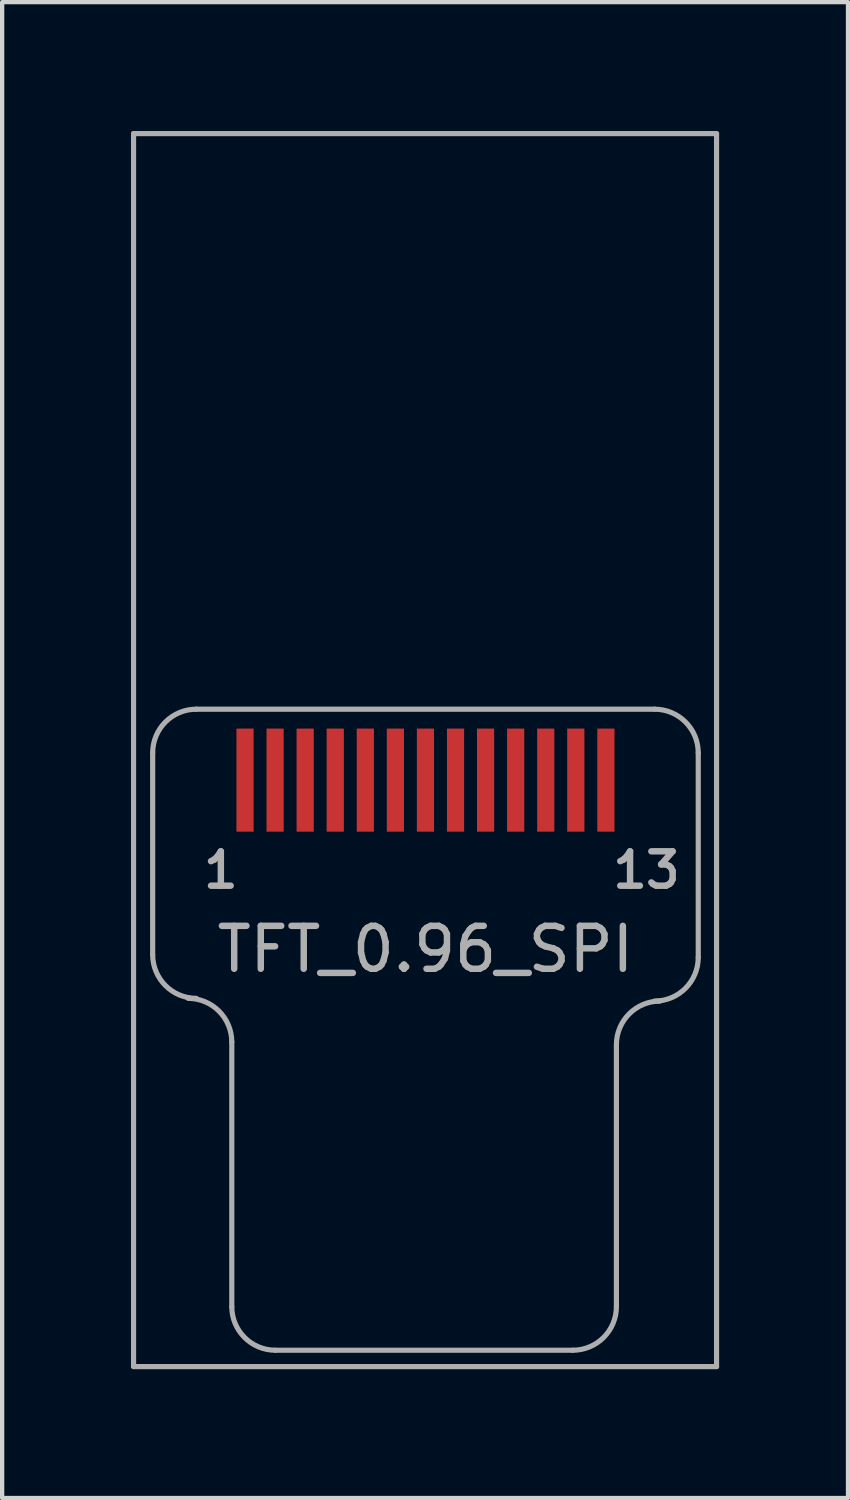
<source format=kicad_pcb>
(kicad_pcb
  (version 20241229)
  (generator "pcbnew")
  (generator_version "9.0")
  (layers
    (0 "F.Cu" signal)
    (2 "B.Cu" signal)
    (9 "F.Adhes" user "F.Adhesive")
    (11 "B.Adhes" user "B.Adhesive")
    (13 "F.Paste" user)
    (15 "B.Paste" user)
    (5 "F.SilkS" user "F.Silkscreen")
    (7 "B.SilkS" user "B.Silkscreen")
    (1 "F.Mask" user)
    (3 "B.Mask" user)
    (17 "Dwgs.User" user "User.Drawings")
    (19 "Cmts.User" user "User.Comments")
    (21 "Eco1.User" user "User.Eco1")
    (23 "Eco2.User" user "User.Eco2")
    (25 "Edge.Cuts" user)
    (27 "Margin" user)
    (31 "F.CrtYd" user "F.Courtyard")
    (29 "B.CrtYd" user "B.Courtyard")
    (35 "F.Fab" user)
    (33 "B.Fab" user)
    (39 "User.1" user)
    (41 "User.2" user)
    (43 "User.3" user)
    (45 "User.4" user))
  (footprint "TFT_0.96_SPI"
    (layer "F.Cu")
    (at 6.854 15.11)
    (property "Reference" "TFT_0.96_SPI" (at 0 3.937 0) (layer "F.Fab") (effects (font (size 1 1) (thickness 0.15))))
    (attr through_hole)
    (fp_line (start -6.795 -15.05) (end -6.795 13.65) (stroke (width 0.12) (type solid)) (layer "F.Fab"))
    (fp_line (start -6.795 -15.05) (end 6.776 -15.05) (stroke (width 0.12) (type solid)) (layer "F.Fab"))
    (fp_line (start -6.35 -0.635) (end -6.35 4.064) (stroke (width 0.12) (type solid)) (layer "F.Fab"))
    (fp_line (start -4.508 6.096) (end -4.508 12.255) (stroke (width 0.12) (type solid)) (layer "F.Fab"))
    (fp_line (start -3.493 13.271) (end 3.429 13.271) (stroke (width 0.12) (type solid)) (layer "F.Fab"))
    (fp_line (start 4.445 12.255) (end 4.445 6.16) (stroke (width 0.12) (type solid)) (layer "F.Fab"))
    (fp_line (start 5.334 -1.651) (end -5.334 -1.651) (stroke (width 0.12) (type solid)) (layer "F.Fab"))
    (fp_line (start 6.35 4.128) (end 6.35 -0.635) (stroke (width 0.12) (type solid)) (layer "F.Fab"))
    (fp_line (start 6.776 13.652) (end -6.795 13.652) (stroke (width 0.12) (type solid)) (layer "F.Fab"))
    (fp_line (start 6.776 13.652) (end 6.776 -15.047) (stroke (width 0.12) (type solid)) (layer "F.Fab"))
    (fp_arc (start -6.35 -0.635) (mid -6.05242 -1.35342) (end -5.334 -1.651) (stroke (width 0.12) (type solid)) (layer "F.Fab"))
    (fp_arc (start -5.5245 5.08) (mid -4.80608 5.37758) (end -4.5085 6.096) (stroke (width 0.12) (type solid)) (layer "F.Fab"))
    (fp_arc (start -5.334 5.08) (mid -6.05242 4.78242) (end -6.35 4.064) (stroke (width 0.12) (type solid)) (layer "F.Fab"))
    (fp_arc (start -3.4925 13.2715) (mid -4.21092 12.97392) (end -4.5085 12.2555) (stroke (width 0.12) (type solid)) (layer "F.Fab"))
    (fp_arc (start 4.445 6.1595) (mid 4.74258 5.44108) (end 5.461 5.1435) (stroke (width 0.12) (type solid)) (layer "F.Fab"))
    (fp_arc (start 4.445 12.2555) (mid 4.14742 12.97392) (end 3.429 13.2715) (stroke (width 0.12) (type solid)) (layer "F.Fab"))
    (fp_arc (start 5.334 -1.651) (mid 6.05242 -1.35342) (end 6.35 -0.635) (stroke (width 0.12) (type solid)) (layer "F.Fab"))
    (fp_arc (start 6.35 4.1275) (mid 6.05242 4.84592) (end 5.334 5.1435) (stroke (width 0.12) (type solid)) (layer "F.Fab"))
    (fp_text user "1" (at -4.763 2.095 0) (layer "F.Fab") (effects (font (size 0.8 0.8) (thickness 0.15))))
    (fp_text user "13" (at 5.144 2.095 0) (layer "F.Fab") (effects (font (size 0.8 0.8) (thickness 0.15))))
    (pad "1" smd rect (at -4.2 0) (size 0.4 2.4) (layers "F.Cu" "F.Mask" "F.Paste"))
    (pad "2" smd rect (at -3.5 0) (size 0.4 2.4) (layers "F.Cu" "F.Mask" "F.Paste"))
    (pad "3" smd rect (at -2.8 0) (size 0.4 2.4) (layers "F.Cu" "F.Mask" "F.Paste"))
    (pad "4" smd rect (at -2.1 0) (size 0.4 2.4) (layers "F.Cu" "F.Mask" "F.Paste"))
    (pad "5" smd rect (at -1.4 0) (size 0.4 2.4) (layers "F.Cu" "F.Mask" "F.Paste"))
    (pad "6" smd rect (at -0.7 0) (size 0.4 2.4) (layers "F.Cu" "F.Mask" "F.Paste"))
    (pad "7" smd rect (at 0 0) (size 0.4 2.4) (layers "F.Cu" "F.Mask" "F.Paste"))
    (pad "8" smd rect (at 0.7 0) (size 0.4 2.4) (layers "F.Cu" "F.Mask" "F.Paste"))
    (pad "9" smd rect (at 1.4 0) (size 0.4 2.4) (layers "F.Cu" "F.Mask" "F.Paste"))
    (pad "10" smd rect (at 2.1 0) (size 0.4 2.4) (layers "F.Cu" "F.Mask" "F.Paste"))
    (pad "11" smd rect (at 2.8 0) (size 0.4 2.4) (layers "F.Cu" "F.Mask" "F.Paste"))
    (pad "12" smd rect (at 3.5 0) (size 0.4 2.4) (layers "F.Cu" "F.Mask" "F.Paste"))
    (pad "13" smd rect (at 4.2 0) (size 0.4 2.4) (layers "F.Cu" "F.Mask" "F.Paste")))
  (gr_rect
    (start -3 -3)
    (end 16.69 31.822)
    (stroke (width 0.1) (type default))
    (fill no)
    (layer "Edge.Cuts")))
</source>
